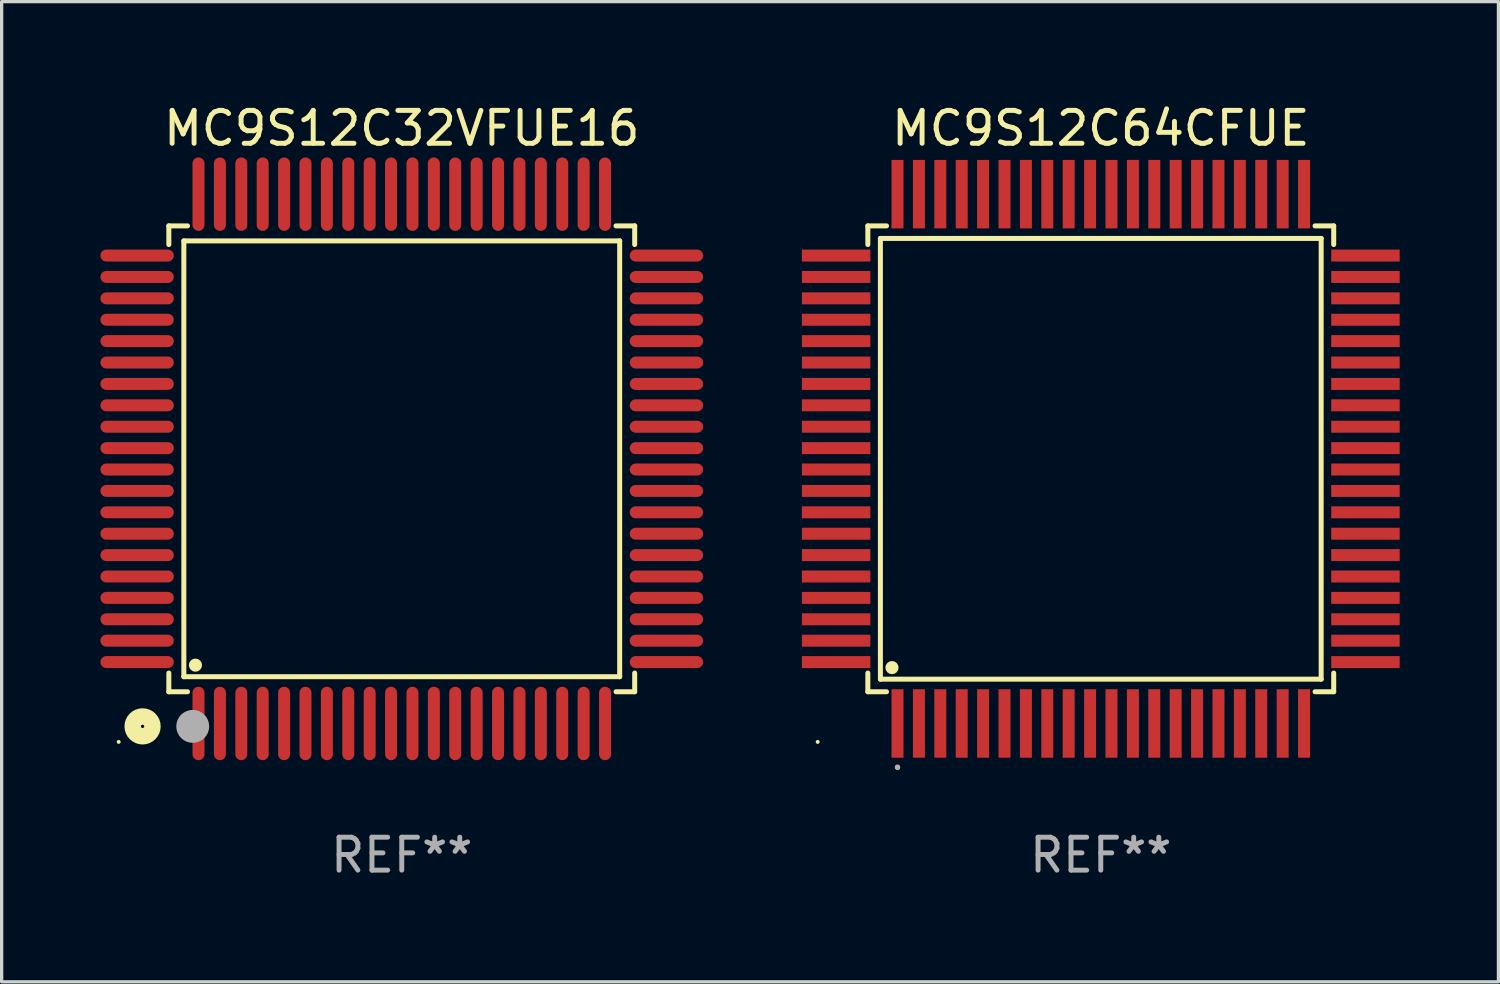
<source format=kicad_pcb>
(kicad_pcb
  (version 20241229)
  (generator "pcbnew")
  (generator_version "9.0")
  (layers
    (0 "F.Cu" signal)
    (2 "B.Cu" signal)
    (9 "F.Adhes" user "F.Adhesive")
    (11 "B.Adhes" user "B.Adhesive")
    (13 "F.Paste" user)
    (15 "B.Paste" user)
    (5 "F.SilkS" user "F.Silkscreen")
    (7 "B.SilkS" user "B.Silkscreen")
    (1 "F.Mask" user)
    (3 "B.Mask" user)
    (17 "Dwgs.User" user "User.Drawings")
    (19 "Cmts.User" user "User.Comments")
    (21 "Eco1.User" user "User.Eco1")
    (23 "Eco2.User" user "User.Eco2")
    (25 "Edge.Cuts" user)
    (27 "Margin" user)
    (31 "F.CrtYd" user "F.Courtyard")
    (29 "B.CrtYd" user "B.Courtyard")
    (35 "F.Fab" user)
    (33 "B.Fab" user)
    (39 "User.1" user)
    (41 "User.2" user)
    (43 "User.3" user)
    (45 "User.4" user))
  (footprint "MC9S12C64CFUE"
    (layer "F.Cu")
    (at 30.39 10.888)
    (property "Reference" "MC9S12C64CFUE" (at 0 -10.04 0) (layer "F.SilkS") (effects (font (size 1 1) (thickness 0.15))))
    (attr through_hole)
    (fp_line (start -7.076 -7.076) (end -7.076 -6.509) (stroke (width 0.152) (type solid)) (layer "F.SilkS"))
    (fp_line (start -7.076 7.076) (end -7.076 6.509) (stroke (width 0.152) (type solid)) (layer "F.SilkS"))
    (fp_line (start -6.695 -6.695) (end 6.695 -6.695) (stroke (width 0.152) (type solid)) (layer "F.SilkS"))
    (fp_line (start -6.695 6.695) (end -6.695 -6.695) (stroke (width 0.152) (type solid)) (layer "F.SilkS"))
    (fp_line (start -6.509 -7.076) (end -7.076 -7.076) (stroke (width 0.152) (type solid)) (layer "F.SilkS"))
    (fp_line (start -6.509 7.076) (end -7.076 7.076) (stroke (width 0.152) (type solid)) (layer "F.SilkS"))
    (fp_line (start 6.509 -7.076) (end 7.076 -7.076) (stroke (width 0.152) (type solid)) (layer "F.SilkS"))
    (fp_line (start 6.509 7.076) (end 7.076 7.076) (stroke (width 0.152) (type solid)) (layer "F.SilkS"))
    (fp_line (start 6.695 -6.695) (end 6.695 6.695) (stroke (width 0.152) (type solid)) (layer "F.SilkS"))
    (fp_line (start 6.695 6.695) (end -6.695 6.695) (stroke (width 0.152) (type solid)) (layer "F.SilkS"))
    (fp_line (start 7.076 -7.076) (end 7.076 -6.509) (stroke (width 0.152) (type solid)) (layer "F.SilkS"))
    (fp_line (start 7.076 7.076) (end 7.076 6.509) (stroke (width 0.152) (type solid)) (layer "F.SilkS"))
    (fp_circle (center -8.6 8.6) (end -8.57 8.6) (stroke (width 0.06) (type solid)) (fill no) (layer "F.SilkS"))
    (fp_circle (center -6.343 6.343) (end -6.243 6.343) (stroke (width 0.2) (type solid)) (fill no) (layer "F.SilkS"))
    (fp_circle (center -6.175 9.371) (end -6.135 9.371) (stroke (width 0.08) (type solid)) (fill no) (layer "F.SilkS"))
    (fp_circle (center -6.175 9.371) (end -6.135 9.371) (stroke (width 0.08) (type solid)) (fill no) (layer "F.Fab"))
    (fp_text user "REF**" (at 0 12.04 0) (layer "F.Fab") (effects (font (size 1 1) (thickness 0.15))))
    (pad "1" smd rect (at -6.175 8.04) (size 0.364 2.08) (layers "F.Cu" "F.Mask" "F.Paste"))
    (pad "2" smd rect (at -5.525 8.04) (size 0.364 2.08) (layers "F.Cu" "F.Mask" "F.Paste"))
    (pad "3" smd rect (at -4.875 8.04) (size 0.364 2.08) (layers "F.Cu" "F.Mask" "F.Paste"))
    (pad "4" smd rect (at -4.225 8.04) (size 0.364 2.08) (layers "F.Cu" "F.Mask" "F.Paste"))
    (pad "5" smd rect (at -3.575 8.04) (size 0.364 2.08) (layers "F.Cu" "F.Mask" "F.Paste"))
    (pad "6" smd rect (at -2.925 8.04) (size 0.364 2.08) (layers "F.Cu" "F.Mask" "F.Paste"))
    (pad "7" smd rect (at -2.275 8.04) (size 0.364 2.08) (layers "F.Cu" "F.Mask" "F.Paste"))
    (pad "8" smd rect (at -1.625 8.04) (size 0.364 2.08) (layers "F.Cu" "F.Mask" "F.Paste"))
    (pad "9" smd rect (at -0.975 8.04) (size 0.364 2.08) (layers "F.Cu" "F.Mask" "F.Paste"))
    (pad "10" smd rect (at -0.325 8.04) (size 0.364 2.08) (layers "F.Cu" "F.Mask" "F.Paste"))
    (pad "11" smd rect (at 0.325 8.04) (size 0.364 2.08) (layers "F.Cu" "F.Mask" "F.Paste"))
    (pad "12" smd rect (at 0.975 8.04) (size 0.364 2.08) (layers "F.Cu" "F.Mask" "F.Paste"))
    (pad "13" smd rect (at 1.625 8.04) (size 0.364 2.08) (layers "F.Cu" "F.Mask" "F.Paste"))
    (pad "14" smd rect (at 2.275 8.04) (size 0.364 2.08) (layers "F.Cu" "F.Mask" "F.Paste"))
    (pad "15" smd rect (at 2.925 8.04) (size 0.364 2.08) (layers "F.Cu" "F.Mask" "F.Paste"))
    (pad "16" smd rect (at 3.575 8.04) (size 0.364 2.08) (layers "F.Cu" "F.Mask" "F.Paste"))
    (pad "17" smd rect (at 4.225 8.04) (size 0.364 2.08) (layers "F.Cu" "F.Mask" "F.Paste"))
    (pad "18" smd rect (at 4.875 8.04) (size 0.364 2.08) (layers "F.Cu" "F.Mask" "F.Paste"))
    (pad "19" smd rect (at 5.525 8.04) (size 0.364 2.08) (layers "F.Cu" "F.Mask" "F.Paste"))
    (pad "20" smd rect (at 6.175 8.04) (size 0.364 2.08) (layers "F.Cu" "F.Mask" "F.Paste"))
    (pad "21" smd rect (at 8.04 6.175) (size 2.08 0.364) (layers "F.Cu" "F.Mask" "F.Paste"))
    (pad "22" smd rect (at 8.04 5.525) (size 2.08 0.364) (layers "F.Cu" "F.Mask" "F.Paste"))
    (pad "23" smd rect (at 8.04 4.875) (size 2.08 0.364) (layers "F.Cu" "F.Mask" "F.Paste"))
    (pad "24" smd rect (at 8.04 4.225) (size 2.08 0.364) (layers "F.Cu" "F.Mask" "F.Paste"))
    (pad "25" smd rect (at 8.04 3.575) (size 2.08 0.364) (layers "F.Cu" "F.Mask" "F.Paste"))
    (pad "26" smd rect (at 8.04 2.925) (size 2.08 0.364) (layers "F.Cu" "F.Mask" "F.Paste"))
    (pad "27" smd rect (at 8.04 2.275) (size 2.08 0.364) (layers "F.Cu" "F.Mask" "F.Paste"))
    (pad "28" smd rect (at 8.04 1.625) (size 2.08 0.364) (layers "F.Cu" "F.Mask" "F.Paste"))
    (pad "29" smd rect (at 8.04 0.975) (size 2.08 0.364) (layers "F.Cu" "F.Mask" "F.Paste"))
    (pad "30" smd rect (at 8.04 0.325) (size 2.08 0.364) (layers "F.Cu" "F.Mask" "F.Paste"))
    (pad "31" smd rect (at 8.04 -0.325) (size 2.08 0.364) (layers "F.Cu" "F.Mask" "F.Paste"))
    (pad "32" smd rect (at 8.04 -0.975) (size 2.08 0.364) (layers "F.Cu" "F.Mask" "F.Paste"))
    (pad "33" smd rect (at 8.04 -1.625) (size 2.08 0.364) (layers "F.Cu" "F.Mask" "F.Paste"))
    (pad "34" smd rect (at 8.04 -2.275) (size 2.08 0.364) (layers "F.Cu" "F.Mask" "F.Paste"))
    (pad "35" smd rect (at 8.04 -2.925) (size 2.08 0.364) (layers "F.Cu" "F.Mask" "F.Paste"))
    (pad "36" smd rect (at 8.04 -3.575) (size 2.08 0.364) (layers "F.Cu" "F.Mask" "F.Paste"))
    (pad "37" smd rect (at 8.04 -4.225) (size 2.08 0.364) (layers "F.Cu" "F.Mask" "F.Paste"))
    (pad "38" smd rect (at 8.04 -4.875) (size 2.08 0.364) (layers "F.Cu" "F.Mask" "F.Paste"))
    (pad "39" smd rect (at 8.04 -5.525) (size 2.08 0.364) (layers "F.Cu" "F.Mask" "F.Paste"))
    (pad "40" smd rect (at 8.04 -6.175) (size 2.08 0.364) (layers "F.Cu" "F.Mask" "F.Paste"))
    (pad "41" smd rect (at 6.175 -8.04) (size 0.364 2.08) (layers "F.Cu" "F.Mask" "F.Paste"))
    (pad "42" smd rect (at 5.525 -8.04) (size 0.364 2.08) (layers "F.Cu" "F.Mask" "F.Paste"))
    (pad "43" smd rect (at 4.875 -8.04) (size 0.364 2.08) (layers "F.Cu" "F.Mask" "F.Paste"))
    (pad "44" smd rect (at 4.225 -8.04) (size 0.364 2.08) (layers "F.Cu" "F.Mask" "F.Paste"))
    (pad "45" smd rect (at 3.575 -8.04) (size 0.364 2.08) (layers "F.Cu" "F.Mask" "F.Paste"))
    (pad "46" smd rect (at 2.925 -8.04) (size 0.364 2.08) (layers "F.Cu" "F.Mask" "F.Paste"))
    (pad "47" smd rect (at 2.275 -8.04) (size 0.364 2.08) (layers "F.Cu" "F.Mask" "F.Paste"))
    (pad "48" smd rect (at 1.625 -8.04) (size 0.364 2.08) (layers "F.Cu" "F.Mask" "F.Paste"))
    (pad "49" smd rect (at 0.975 -8.04) (size 0.364 2.08) (layers "F.Cu" "F.Mask" "F.Paste"))
    (pad "50" smd rect (at 0.325 -8.04) (size 0.364 2.08) (layers "F.Cu" "F.Mask" "F.Paste"))
    (pad "51" smd rect (at -0.325 -8.04) (size 0.364 2.08) (layers "F.Cu" "F.Mask" "F.Paste"))
    (pad "52" smd rect (at -0.975 -8.04) (size 0.364 2.08) (layers "F.Cu" "F.Mask" "F.Paste"))
    (pad "53" smd rect (at -1.625 -8.04) (size 0.364 2.08) (layers "F.Cu" "F.Mask" "F.Paste"))
    (pad "54" smd rect (at -2.275 -8.04) (size 0.364 2.08) (layers "F.Cu" "F.Mask" "F.Paste"))
    (pad "55" smd rect (at -2.925 -8.04) (size 0.364 2.08) (layers "F.Cu" "F.Mask" "F.Paste"))
    (pad "56" smd rect (at -3.575 -8.04) (size 0.364 2.08) (layers "F.Cu" "F.Mask" "F.Paste"))
    (pad "57" smd rect (at -4.225 -8.04) (size 0.364 2.08) (layers "F.Cu" "F.Mask" "F.Paste"))
    (pad "58" smd rect (at -4.875 -8.04) (size 0.364 2.08) (layers "F.Cu" "F.Mask" "F.Paste"))
    (pad "59" smd rect (at -5.525 -8.04) (size 0.364 2.08) (layers "F.Cu" "F.Mask" "F.Paste"))
    (pad "60" smd rect (at -6.175 -8.04) (size 0.364 2.08) (layers "F.Cu" "F.Mask" "F.Paste"))
    (pad "61" smd rect (at -8.04 -6.175) (size 2.08 0.364) (layers "F.Cu" "F.Mask" "F.Paste"))
    (pad "62" smd rect (at -8.04 -5.525) (size 2.08 0.364) (layers "F.Cu" "F.Mask" "F.Paste"))
    (pad "63" smd rect (at -8.04 -4.875) (size 2.08 0.364) (layers "F.Cu" "F.Mask" "F.Paste"))
    (pad "64" smd rect (at -8.04 -4.225) (size 2.08 0.364) (layers "F.Cu" "F.Mask" "F.Paste"))
    (pad "65" smd rect (at -8.04 -3.575) (size 2.08 0.364) (layers "F.Cu" "F.Mask" "F.Paste"))
    (pad "66" smd rect (at -8.04 -2.925) (size 2.08 0.364) (layers "F.Cu" "F.Mask" "F.Paste"))
    (pad "67" smd rect (at -8.04 -2.275) (size 2.08 0.364) (layers "F.Cu" "F.Mask" "F.Paste"))
    (pad "68" smd rect (at -8.04 -1.625) (size 2.08 0.364) (layers "F.Cu" "F.Mask" "F.Paste"))
    (pad "69" smd rect (at -8.04 -0.975) (size 2.08 0.364) (layers "F.Cu" "F.Mask" "F.Paste"))
    (pad "70" smd rect (at -8.04 -0.325) (size 2.08 0.364) (layers "F.Cu" "F.Mask" "F.Paste"))
    (pad "71" smd rect (at -8.04 0.325) (size 2.08 0.364) (layers "F.Cu" "F.Mask" "F.Paste"))
    (pad "72" smd rect (at -8.04 0.975) (size 2.08 0.364) (layers "F.Cu" "F.Mask" "F.Paste"))
    (pad "73" smd rect (at -8.04 1.625) (size 2.08 0.364) (layers "F.Cu" "F.Mask" "F.Paste"))
    (pad "74" smd rect (at -8.04 2.275) (size 2.08 0.364) (layers "F.Cu" "F.Mask" "F.Paste"))
    (pad "75" smd rect (at -8.04 2.925) (size 2.08 0.364) (layers "F.Cu" "F.Mask" "F.Paste"))
    (pad "76" smd rect (at -8.04 3.575) (size 2.08 0.364) (layers "F.Cu" "F.Mask" "F.Paste"))
    (pad "77" smd rect (at -8.04 4.225) (size 2.08 0.364) (layers "F.Cu" "F.Mask" "F.Paste"))
    (pad "78" smd rect (at -8.04 4.875) (size 2.08 0.364) (layers "F.Cu" "F.Mask" "F.Paste"))
    (pad "79" smd rect (at -8.04 5.525) (size 2.08 0.364) (layers "F.Cu" "F.Mask" "F.Paste"))
    (pad "80" smd rect (at -8.04 6.175) (size 2.08 0.364) (layers "F.Cu" "F.Mask" "F.Paste")))
  (footprint "MC9S12C32VFUE16"
    (layer "F.Cu")
    (at 9.155 10.888)
    (property "Reference" "MC9S12C32VFUE16" (at 0 -10.04 0) (layer "F.SilkS") (effects (font (size 1 1) (thickness 0.15))))
    (attr through_hole)
    (fp_line (start -7.076 -7.076) (end -7.076 -6.509) (stroke (width 0.152) (type solid)) (layer "F.SilkS"))
    (fp_line (start -7.076 7.076) (end -7.076 6.509) (stroke (width 0.152) (type solid)) (layer "F.SilkS"))
    (fp_line (start -6.62 -6.62) (end 6.62 -6.62) (stroke (width 0.152) (type solid)) (layer "F.SilkS"))
    (fp_line (start -6.62 6.62) (end -6.62 -6.62) (stroke (width 0.152) (type solid)) (layer "F.SilkS"))
    (fp_line (start -6.509 -7.076) (end -7.076 -7.076) (stroke (width 0.152) (type solid)) (layer "F.SilkS"))
    (fp_line (start -6.509 7.076) (end -7.076 7.076) (stroke (width 0.152) (type solid)) (layer "F.SilkS"))
    (fp_line (start 6.509 -7.076) (end 7.076 -7.076) (stroke (width 0.152) (type solid)) (layer "F.SilkS"))
    (fp_line (start 6.509 7.076) (end 7.076 7.076) (stroke (width 0.152) (type solid)) (layer "F.SilkS"))
    (fp_line (start 6.62 -6.62) (end 6.62 6.62) (stroke (width 0.152) (type solid)) (layer "F.SilkS"))
    (fp_line (start 6.62 6.62) (end -6.62 6.62) (stroke (width 0.152) (type solid)) (layer "F.SilkS"))
    (fp_line (start 7.076 -7.076) (end 7.076 -6.509) (stroke (width 0.152) (type solid)) (layer "F.SilkS"))
    (fp_line (start 7.076 7.076) (end 7.076 6.509) (stroke (width 0.152) (type solid)) (layer "F.SilkS"))
    (fp_circle (center -8.6 8.6) (end -8.57 8.6) (stroke (width 0.06) (type solid)) (fill no) (layer "F.SilkS"))
    (fp_circle (center -7.874 8.128) (end -7.574 8.128) (stroke (width 0.5) (type solid)) (fill no) (layer "F.SilkS"))
    (fp_circle (center -6.268 6.268) (end -6.168 6.268) (stroke (width 0.2) (type solid)) (fill no) (layer "F.SilkS"))
    (fp_circle (center -6.35 8.128) (end -6.1 8.128) (stroke (width 0.5) (type solid)) (fill no) (layer "F.Fab"))
    (fp_text user "REF**" (at 0 12.04 0) (layer "F.Fab") (effects (font (size 1 1) (thickness 0.15))))
    (pad "1" smd oval (at -6.175 8.04) (size 0.364 2.23) (layers "F.Cu" "F.Mask" "F.Paste"))
    (pad "2" smd oval (at -5.525 8.04) (size 0.364 2.23) (layers "F.Cu" "F.Mask" "F.Paste"))
    (pad "3" smd oval (at -4.875 8.04) (size 0.364 2.23) (layers "F.Cu" "F.Mask" "F.Paste"))
    (pad "4" smd oval (at -4.225 8.04) (size 0.364 2.23) (layers "F.Cu" "F.Mask" "F.Paste"))
    (pad "5" smd oval (at -3.575 8.04) (size 0.364 2.23) (layers "F.Cu" "F.Mask" "F.Paste"))
    (pad "6" smd oval (at -2.925 8.04) (size 0.364 2.23) (layers "F.Cu" "F.Mask" "F.Paste"))
    (pad "7" smd oval (at -2.275 8.04) (size 0.364 2.23) (layers "F.Cu" "F.Mask" "F.Paste"))
    (pad "8" smd oval (at -1.625 8.04) (size 0.364 2.23) (layers "F.Cu" "F.Mask" "F.Paste"))
    (pad "9" smd oval (at -0.975 8.04) (size 0.364 2.23) (layers "F.Cu" "F.Mask" "F.Paste"))
    (pad "10" smd oval (at -0.325 8.04) (size 0.364 2.23) (layers "F.Cu" "F.Mask" "F.Paste"))
    (pad "11" smd oval (at 0.325 8.04) (size 0.364 2.23) (layers "F.Cu" "F.Mask" "F.Paste"))
    (pad "12" smd oval (at 0.975 8.04) (size 0.364 2.23) (layers "F.Cu" "F.Mask" "F.Paste"))
    (pad "13" smd oval (at 1.625 8.04) (size 0.364 2.23) (layers "F.Cu" "F.Mask" "F.Paste"))
    (pad "14" smd oval (at 2.275 8.04) (size 0.364 2.23) (layers "F.Cu" "F.Mask" "F.Paste"))
    (pad "15" smd oval (at 2.925 8.04) (size 0.364 2.23) (layers "F.Cu" "F.Mask" "F.Paste"))
    (pad "16" smd oval (at 3.575 8.04) (size 0.364 2.23) (layers "F.Cu" "F.Mask" "F.Paste"))
    (pad "17" smd oval (at 4.225 8.04) (size 0.364 2.23) (layers "F.Cu" "F.Mask" "F.Paste"))
    (pad "18" smd oval (at 4.875 8.04) (size 0.364 2.23) (layers "F.Cu" "F.Mask" "F.Paste"))
    (pad "19" smd oval (at 5.525 8.04) (size 0.364 2.23) (layers "F.Cu" "F.Mask" "F.Paste"))
    (pad "20" smd oval (at 6.175 8.04) (size 0.364 2.23) (layers "F.Cu" "F.Mask" "F.Paste"))
    (pad "21" smd oval (at 8.04 6.175) (size 2.23 0.364) (layers "F.Cu" "F.Mask" "F.Paste"))
    (pad "22" smd oval (at 8.04 5.525) (size 2.23 0.364) (layers "F.Cu" "F.Mask" "F.Paste"))
    (pad "23" smd oval (at 8.04 4.875) (size 2.23 0.364) (layers "F.Cu" "F.Mask" "F.Paste"))
    (pad "24" smd oval (at 8.04 4.225) (size 2.23 0.364) (layers "F.Cu" "F.Mask" "F.Paste"))
    (pad "25" smd oval (at 8.04 3.575) (size 2.23 0.364) (layers "F.Cu" "F.Mask" "F.Paste"))
    (pad "26" smd oval (at 8.04 2.925) (size 2.23 0.364) (layers "F.Cu" "F.Mask" "F.Paste"))
    (pad "27" smd oval (at 8.04 2.275) (size 2.23 0.364) (layers "F.Cu" "F.Mask" "F.Paste"))
    (pad "28" smd oval (at 8.04 1.625) (size 2.23 0.364) (layers "F.Cu" "F.Mask" "F.Paste"))
    (pad "29" smd oval (at 8.04 0.975) (size 2.23 0.364) (layers "F.Cu" "F.Mask" "F.Paste"))
    (pad "30" smd oval (at 8.04 0.325) (size 2.23 0.364) (layers "F.Cu" "F.Mask" "F.Paste"))
    (pad "31" smd oval (at 8.04 -0.325) (size 2.23 0.364) (layers "F.Cu" "F.Mask" "F.Paste"))
    (pad "32" smd oval (at 8.04 -0.975) (size 2.23 0.364) (layers "F.Cu" "F.Mask" "F.Paste"))
    (pad "33" smd oval (at 8.04 -1.625) (size 2.23 0.364) (layers "F.Cu" "F.Mask" "F.Paste"))
    (pad "34" smd oval (at 8.04 -2.275) (size 2.23 0.364) (layers "F.Cu" "F.Mask" "F.Paste"))
    (pad "35" smd oval (at 8.04 -2.925) (size 2.23 0.364) (layers "F.Cu" "F.Mask" "F.Paste"))
    (pad "36" smd oval (at 8.04 -3.575) (size 2.23 0.364) (layers "F.Cu" "F.Mask" "F.Paste"))
    (pad "37" smd oval (at 8.04 -4.225) (size 2.23 0.364) (layers "F.Cu" "F.Mask" "F.Paste"))
    (pad "38" smd oval (at 8.04 -4.875) (size 2.23 0.364) (layers "F.Cu" "F.Mask" "F.Paste"))
    (pad "39" smd oval (at 8.04 -5.525) (size 2.23 0.364) (layers "F.Cu" "F.Mask" "F.Paste"))
    (pad "40" smd oval (at 8.04 -6.175) (size 2.23 0.364) (layers "F.Cu" "F.Mask" "F.Paste"))
    (pad "41" smd oval (at 6.175 -8.04) (size 0.364 2.23) (layers "F.Cu" "F.Mask" "F.Paste"))
    (pad "42" smd oval (at 5.525 -8.04) (size 0.364 2.23) (layers "F.Cu" "F.Mask" "F.Paste"))
    (pad "43" smd oval (at 4.875 -8.04) (size 0.364 2.23) (layers "F.Cu" "F.Mask" "F.Paste"))
    (pad "44" smd oval (at 4.225 -8.04) (size 0.364 2.23) (layers "F.Cu" "F.Mask" "F.Paste"))
    (pad "45" smd oval (at 3.575 -8.04) (size 0.364 2.23) (layers "F.Cu" "F.Mask" "F.Paste"))
    (pad "46" smd oval (at 2.925 -8.04) (size 0.364 2.23) (layers "F.Cu" "F.Mask" "F.Paste"))
    (pad "47" smd oval (at 2.275 -8.04) (size 0.364 2.23) (layers "F.Cu" "F.Mask" "F.Paste"))
    (pad "48" smd oval (at 1.625 -8.04) (size 0.364 2.23) (layers "F.Cu" "F.Mask" "F.Paste"))
    (pad "49" smd oval (at 0.975 -8.04) (size 0.364 2.23) (layers "F.Cu" "F.Mask" "F.Paste"))
    (pad "50" smd oval (at 0.325 -8.04) (size 0.364 2.23) (layers "F.Cu" "F.Mask" "F.Paste"))
    (pad "51" smd oval (at -0.325 -8.04) (size 0.364 2.23) (layers "F.Cu" "F.Mask" "F.Paste"))
    (pad "52" smd oval (at -0.975 -8.04) (size 0.364 2.23) (layers "F.Cu" "F.Mask" "F.Paste"))
    (pad "53" smd oval (at -1.625 -8.04) (size 0.364 2.23) (layers "F.Cu" "F.Mask" "F.Paste"))
    (pad "54" smd oval (at -2.275 -8.04) (size 0.364 2.23) (layers "F.Cu" "F.Mask" "F.Paste"))
    (pad "55" smd oval (at -2.925 -8.04) (size 0.364 2.23) (layers "F.Cu" "F.Mask" "F.Paste"))
    (pad "56" smd oval (at -3.575 -8.04) (size 0.364 2.23) (layers "F.Cu" "F.Mask" "F.Paste"))
    (pad "57" smd oval (at -4.225 -8.04) (size 0.364 2.23) (layers "F.Cu" "F.Mask" "F.Paste"))
    (pad "58" smd oval (at -4.875 -8.04) (size 0.364 2.23) (layers "F.Cu" "F.Mask" "F.Paste"))
    (pad "59" smd oval (at -5.525 -8.04) (size 0.364 2.23) (layers "F.Cu" "F.Mask" "F.Paste"))
    (pad "60" smd oval (at -6.175 -8.04) (size 0.364 2.23) (layers "F.Cu" "F.Mask" "F.Paste"))
    (pad "61" smd oval (at -8.04 -6.175) (size 2.23 0.364) (layers "F.Cu" "F.Mask" "F.Paste"))
    (pad "62" smd oval (at -8.04 -5.525) (size 2.23 0.364) (layers "F.Cu" "F.Mask" "F.Paste"))
    (pad "63" smd oval (at -8.04 -4.875) (size 2.23 0.364) (layers "F.Cu" "F.Mask" "F.Paste"))
    (pad "64" smd oval (at -8.04 -4.225) (size 2.23 0.364) (layers "F.Cu" "F.Mask" "F.Paste"))
    (pad "65" smd oval (at -8.04 -3.575) (size 2.23 0.364) (layers "F.Cu" "F.Mask" "F.Paste"))
    (pad "66" smd oval (at -8.04 -2.925) (size 2.23 0.364) (layers "F.Cu" "F.Mask" "F.Paste"))
    (pad "67" smd oval (at -8.04 -2.275) (size 2.23 0.364) (layers "F.Cu" "F.Mask" "F.Paste"))
    (pad "68" smd oval (at -8.04 -1.625) (size 2.23 0.364) (layers "F.Cu" "F.Mask" "F.Paste"))
    (pad "69" smd oval (at -8.04 -0.975) (size 2.23 0.364) (layers "F.Cu" "F.Mask" "F.Paste"))
    (pad "70" smd oval (at -8.04 -0.325) (size 2.23 0.364) (layers "F.Cu" "F.Mask" "F.Paste"))
    (pad "71" smd oval (at -8.04 0.325) (size 2.23 0.364) (layers "F.Cu" "F.Mask" "F.Paste"))
    (pad "72" smd oval (at -8.04 0.975) (size 2.23 0.364) (layers "F.Cu" "F.Mask" "F.Paste"))
    (pad "73" smd oval (at -8.04 1.625) (size 2.23 0.364) (layers "F.Cu" "F.Mask" "F.Paste"))
    (pad "74" smd oval (at -8.04 2.275) (size 2.23 0.364) (layers "F.Cu" "F.Mask" "F.Paste"))
    (pad "75" smd oval (at -8.04 2.925) (size 2.23 0.364) (layers "F.Cu" "F.Mask" "F.Paste"))
    (pad "76" smd oval (at -8.04 3.575) (size 2.23 0.364) (layers "F.Cu" "F.Mask" "F.Paste"))
    (pad "77" smd oval (at -8.04 4.225) (size 2.23 0.364) (layers "F.Cu" "F.Mask" "F.Paste"))
    (pad "78" smd oval (at -8.04 4.875) (size 2.23 0.364) (layers "F.Cu" "F.Mask" "F.Paste"))
    (pad "79" smd oval (at -8.04 5.525) (size 2.23 0.364) (layers "F.Cu" "F.Mask" "F.Paste"))
    (pad "80" smd oval (at -8.04 6.175) (size 2.23 0.364) (layers "F.Cu" "F.Mask" "F.Paste")))
  (gr_rect
    (start -3 -3)
    (end 42.47 26.776)
    (stroke (width 0.1) (type default))
    (fill no)
    (layer "Edge.Cuts")))
</source>
